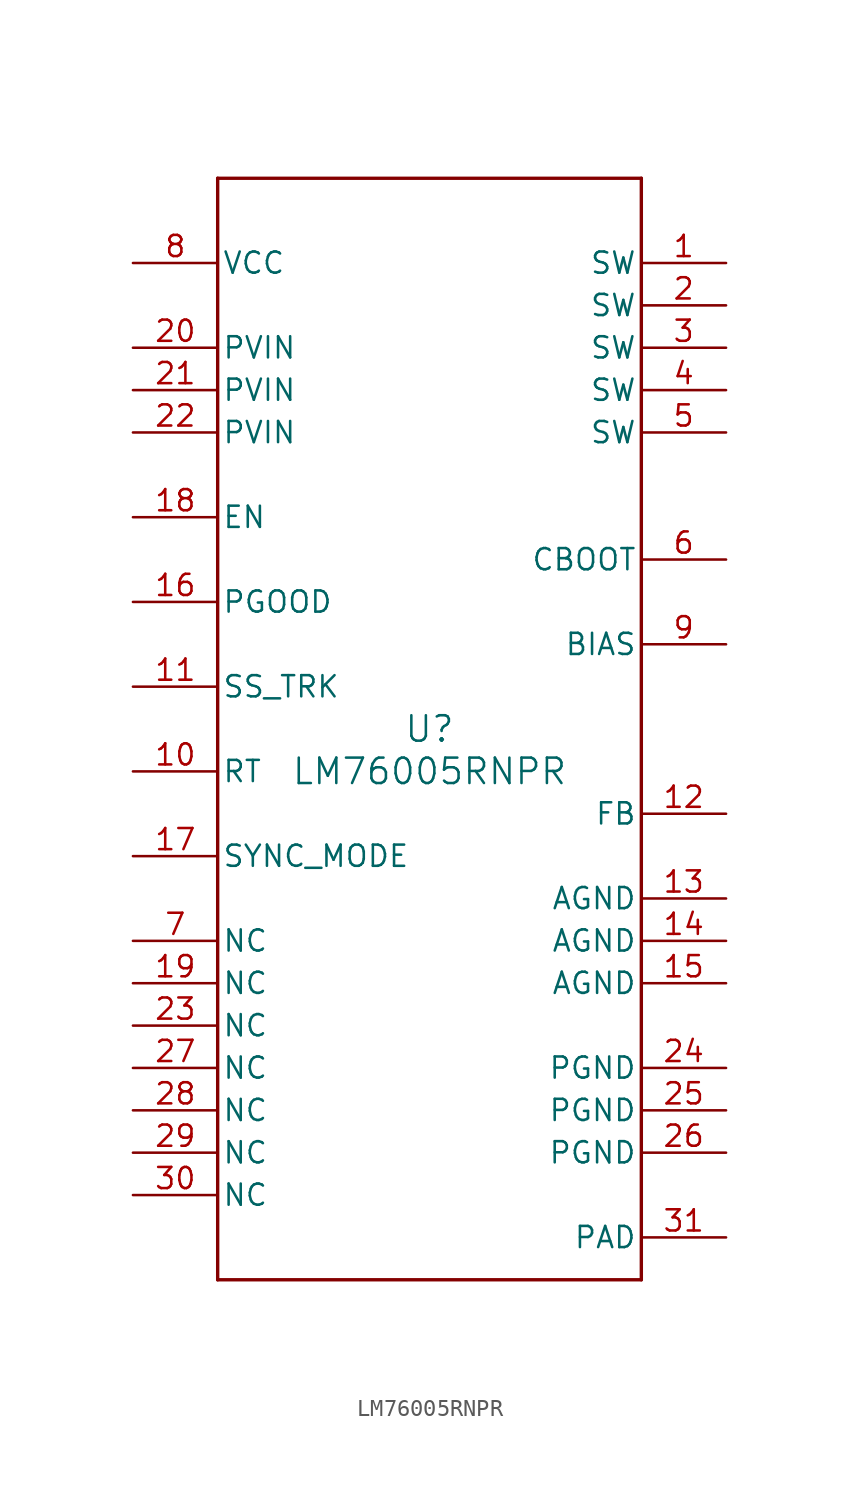
<source format=kicad_sym>
(kicad_symbol_lib
  (version 20211014)
  (generator kicad_symbol_editor)
  (symbol "LM76005RNPR"
    (pin_names
      (offset 0.254))
    (property "Reference" "U"
      (at 0 2.54 0)
      (effects (font (size 1.524 1.524))))
    (property "Value" "LM76005RNPR"
      (at 0 0 0)
      (effects (font (size 1.524 1.524))))
    (polyline
      (pts (xy -12.7 -30.48) (xy 12.7 -30.48))
      (stroke (width 0.203) (type default) (color 0 0 0 0))
      (fill (type none)))
    (polyline
      (pts (xy 12.7 -30.48) (xy 12.7 35.56))
      (stroke (width 0.203) (type default) (color 0 0 0 0))
      (fill (type none)))
    (polyline
      (pts (xy 12.7 35.56) (xy -12.7 35.56))
      (stroke (width 0.203) (type default) (color 0 0 0 0))
      (fill (type none)))
    (polyline
      (pts (xy -12.7 35.56) (xy -12.7 -30.48))
      (stroke (width 0.203) (type default) (color 0 0 0 0))
      (fill (type none)))
    (pin power_in line
      (at 17.78 30.48 180)
      (length 5.08)
      (name "SW" (effects (font (size 1.27 1.27))))
      (number "1" (effects (font (size 1.27 1.27)))))
    (pin power_in line
      (at 17.78 27.94 180)
      (length 5.08)
      (name "SW" (effects (font (size 1.27 1.27))))
      (number "2" (effects (font (size 1.27 1.27)))))
    (pin power_in line
      (at 17.78 25.4 180)
      (length 5.08)
      (name "SW" (effects (font (size 1.27 1.27))))
      (number "3" (effects (font (size 1.27 1.27)))))
    (pin power_in line
      (at 17.78 22.86 180)
      (length 5.08)
      (name "SW" (effects (font (size 1.27 1.27))))
      (number "4" (effects (font (size 1.27 1.27)))))
    (pin power_in line
      (at 17.78 20.32 180)
      (length 5.08)
      (name "SW" (effects (font (size 1.27 1.27))))
      (number "5" (effects (font (size 1.27 1.27)))))
    (pin power_in line
      (at 17.78 12.7 180)
      (length 5.08)
      (name "CBOOT" (effects (font (size 1.27 1.27))))
      (number "6" (effects (font (size 1.27 1.27)))))
    (pin unspecified line
      (at -17.78 -10.16 0)
      (length 5.08)
      (name "NC" (effects (font (size 1.27 1.27))))
      (number "7" (effects (font (size 1.27 1.27)))))
    (pin power_in line
      (at -17.78 30.48 0)
      (length 5.08)
      (name "VCC" (effects (font (size 1.27 1.27))))
      (number "8" (effects (font (size 1.27 1.27)))))
    (pin unspecified line
      (at 17.78 7.62 180)
      (length 5.08)
      (name "BIAS" (effects (font (size 1.27 1.27))))
      (number "9" (effects (font (size 1.27 1.27)))))
    (pin input line
      (at -17.78 0 0)
      (length 5.08)
      (name "RT" (effects (font (size 1.27 1.27))))
      (number "10" (effects (font (size 1.27 1.27)))))
    (pin input line
      (at -17.78 5.08 0)
      (length 5.08)
      (name "SS_TRK" (effects (font (size 1.27 1.27))))
      (number "11" (effects (font (size 1.27 1.27)))))
    (pin input line
      (at 17.78 -2.54 180)
      (length 5.08)
      (name "FB" (effects (font (size 1.27 1.27))))
      (number "12" (effects (font (size 1.27 1.27)))))
    (pin power_in line
      (at 17.78 -7.62 180)
      (length 5.08)
      (name "AGND" (effects (font (size 1.27 1.27))))
      (number "13" (effects (font (size 1.27 1.27)))))
    (pin power_in line
      (at 17.78 -10.16 180)
      (length 5.08)
      (name "AGND" (effects (font (size 1.27 1.27))))
      (number "14" (effects (font (size 1.27 1.27)))))
    (pin power_in line
      (at 17.78 -12.7 180)
      (length 5.08)
      (name "AGND" (effects (font (size 1.27 1.27))))
      (number "15" (effects (font (size 1.27 1.27)))))
    (pin open_collector line
      (at -17.78 10.16 0)
      (length 5.08)
      (name "PGOOD" (effects (font (size 1.27 1.27))))
      (number "16" (effects (font (size 1.27 1.27)))))
    (pin input line
      (at -17.78 -5.08 0)
      (length 5.08)
      (name "SYNC_MODE" (effects (font (size 1.27 1.27))))
      (number "17" (effects (font (size 1.27 1.27)))))
    (pin input line
      (at -17.78 15.24 0)
      (length 5.08)
      (name "EN" (effects (font (size 1.27 1.27))))
      (number "18" (effects (font (size 1.27 1.27)))))
    (pin unspecified line
      (at -17.78 -12.7 0)
      (length 5.08)
      (name "NC" (effects (font (size 1.27 1.27))))
      (number "19" (effects (font (size 1.27 1.27)))))
    (pin power_in line
      (at -17.78 25.4 0)
      (length 5.08)
      (name "PVIN" (effects (font (size 1.27 1.27))))
      (number "20" (effects (font (size 1.27 1.27)))))
    (pin power_in line
      (at -17.78 22.86 0)
      (length 5.08)
      (name "PVIN" (effects (font (size 1.27 1.27))))
      (number "21" (effects (font (size 1.27 1.27)))))
    (pin power_in line
      (at -17.78 20.32 0)
      (length 5.08)
      (name "PVIN" (effects (font (size 1.27 1.27))))
      (number "22" (effects (font (size 1.27 1.27)))))
    (pin unspecified line
      (at -17.78 -15.24 0)
      (length 5.08)
      (name "NC" (effects (font (size 1.27 1.27))))
      (number "23" (effects (font (size 1.27 1.27)))))
    (pin power_in line
      (at 17.78 -17.78 180)
      (length 5.08)
      (name "PGND" (effects (font (size 1.27 1.27))))
      (number "24" (effects (font (size 1.27 1.27)))))
    (pin power_in line
      (at 17.78 -20.32 180)
      (length 5.08)
      (name "PGND" (effects (font (size 1.27 1.27))))
      (number "25" (effects (font (size 1.27 1.27)))))
    (pin power_in line
      (at 17.78 -22.86 180)
      (length 5.08)
      (name "PGND" (effects (font (size 1.27 1.27))))
      (number "26" (effects (font (size 1.27 1.27)))))
    (pin unspecified line
      (at -17.78 -17.78 0)
      (length 5.08)
      (name "NC" (effects (font (size 1.27 1.27))))
      (number "27" (effects (font (size 1.27 1.27)))))
    (pin unspecified line
      (at -17.78 -20.32 0)
      (length 5.08)
      (name "NC" (effects (font (size 1.27 1.27))))
      (number "28" (effects (font (size 1.27 1.27)))))
    (pin unspecified line
      (at -17.78 -22.86 0)
      (length 5.08)
      (name "NC" (effects (font (size 1.27 1.27))))
      (number "29" (effects (font (size 1.27 1.27)))))
    (pin unspecified line
      (at -17.78 -25.4 0)
      (length 5.08)
      (name "NC" (effects (font (size 1.27 1.27))))
      (number "30" (effects (font (size 1.27 1.27)))))
    (pin power_in line
      (at 17.78 -27.94 180)
      (length 5.08)
      (name "PAD" (effects (font (size 1.27 1.27))))
      (number "31" (effects (font (size 1.27 1.27)))))))
</source>
